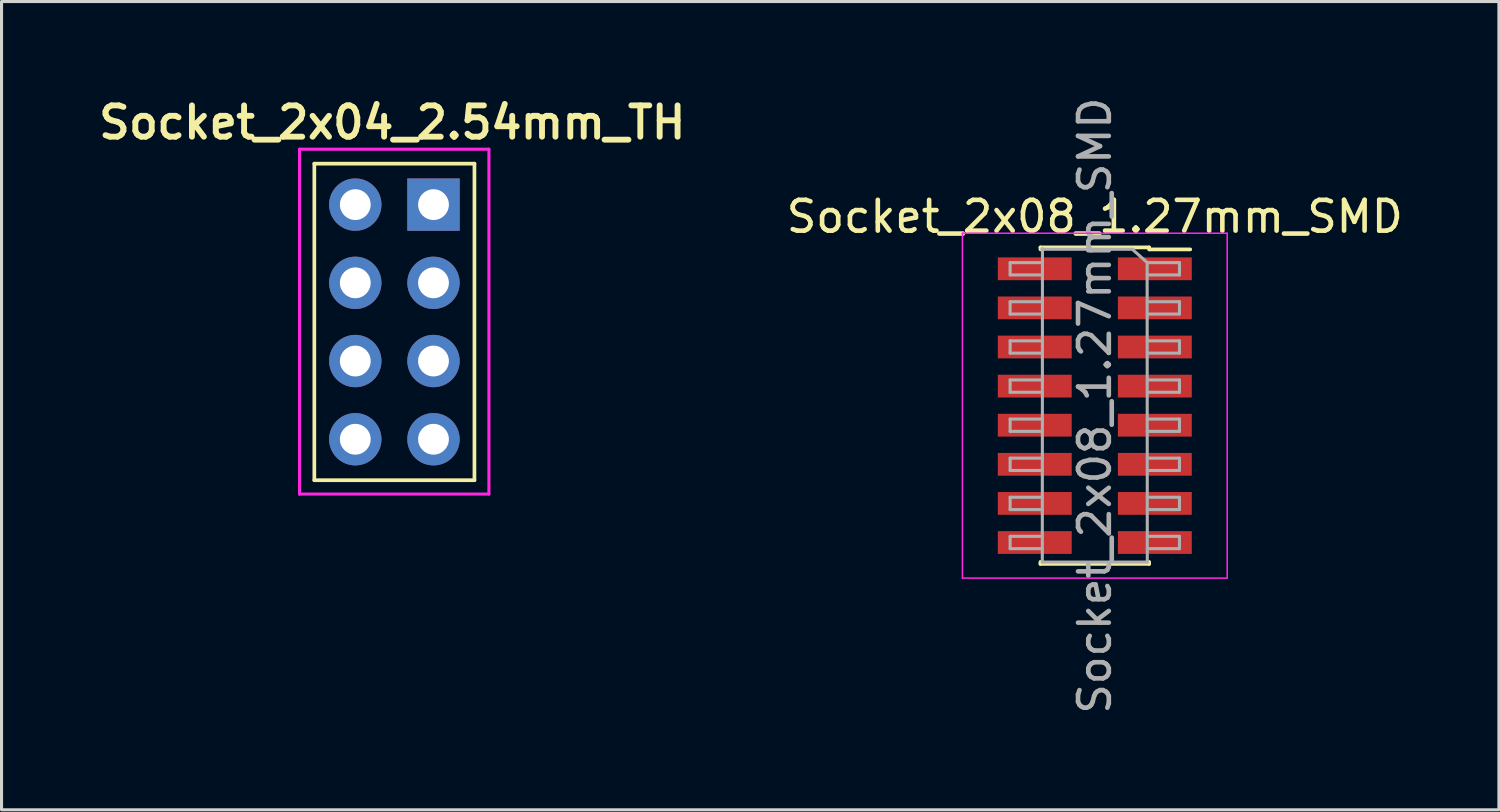
<source format=kicad_pcb>
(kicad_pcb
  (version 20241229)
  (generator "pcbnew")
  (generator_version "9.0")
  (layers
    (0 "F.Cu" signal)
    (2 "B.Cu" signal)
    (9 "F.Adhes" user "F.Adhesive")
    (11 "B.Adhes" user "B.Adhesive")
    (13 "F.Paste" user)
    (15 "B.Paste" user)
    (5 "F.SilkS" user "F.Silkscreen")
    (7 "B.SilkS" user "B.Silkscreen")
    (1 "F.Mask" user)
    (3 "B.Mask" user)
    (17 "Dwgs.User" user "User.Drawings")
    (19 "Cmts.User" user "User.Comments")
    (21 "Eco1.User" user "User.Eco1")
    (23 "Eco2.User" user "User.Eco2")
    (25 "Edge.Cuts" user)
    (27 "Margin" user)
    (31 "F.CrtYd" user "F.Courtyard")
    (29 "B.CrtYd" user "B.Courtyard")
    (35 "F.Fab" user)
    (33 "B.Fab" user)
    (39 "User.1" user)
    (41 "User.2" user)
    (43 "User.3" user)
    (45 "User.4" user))
  (footprint "Socket_2x04_2.54mm_TH"
    (layer "F.Cu")
    (at 9.759 7.406)
    (property "Reference" "Socket_2x04_2.54mm_TH" (at -0.068 -6.477 0) (layer "F.SilkS") (effects (font (size 1.016 1.016) (thickness 0.191))))
    (attr through_hole)
    (fp_line (start -2.6 -5.14) (end 2.6 -5.14) (stroke (width 0.12) (type solid)) (layer "F.SilkS"))
    (fp_line (start -2.6 5.14) (end -2.6 -5.14) (stroke (width 0.12) (type solid)) (layer "F.SilkS"))
    (fp_line (start 2.6 -5.14) (end 2.6 5.14) (stroke (width 0.12) (type solid)) (layer "F.SilkS"))
    (fp_line (start 2.6 5.14) (end -2.6 5.14) (stroke (width 0.12) (type solid)) (layer "F.SilkS"))
    (fp_line (start -3.08 -5.61) (end -3.08 5.59) (stroke (width 0.1) (type solid)) (layer "F.CrtYd"))
    (fp_line (start -3.08 5.59) (end 3.07 5.59) (stroke (width 0.1) (type solid)) (layer "F.CrtYd"))
    (fp_line (start 3.07 -5.61) (end -3.08 -5.61) (stroke (width 0.1) (type solid)) (layer "F.CrtYd"))
    (fp_line (start 3.07 5.59) (end 3.07 -5.61) (stroke (width 0.1) (type solid)) (layer "F.CrtYd"))
    (fp_text user "" (at 0 -6.14 0) (layer "F.Fab") (effects (font (size 1.016 1.016) (thickness 0.191))))
    (pad "1" thru_hole rect (at 1.27 -3.81) (size 1.7 1.7) (drill 1) (layers "*.Cu" "*.Mask"))
    (pad "2" thru_hole oval (at -1.27 -3.81) (size 1.7 1.7) (drill 1) (layers "*.Cu" "*.Mask"))
    (pad "3" thru_hole oval (at 1.27 -1.27) (size 1.7 1.7) (drill 1) (layers "*.Cu" "*.Mask"))
    (pad "4" thru_hole oval (at -1.27 -1.27) (size 1.7 1.7) (drill 1) (layers "*.Cu" "*.Mask"))
    (pad "5" thru_hole oval (at 1.27 1.27) (size 1.7 1.7) (drill 1) (layers "*.Cu" "*.Mask"))
    (pad "6" thru_hole oval (at -1.27 1.27) (size 1.7 1.7) (drill 1) (layers "*.Cu" "*.Mask"))
    (pad "7" thru_hole oval (at 1.27 3.81) (size 1.7 1.7) (drill 1) (layers "*.Cu" "*.Mask"))
    (pad "8" thru_hole oval (at -1.27 3.81) (size 1.7 1.7) (drill 1) (layers "*.Cu" "*.Mask")))
  (footprint "Socket_2x08_1.27mm_SMD"
    (layer "F.Cu")
    (at 32.507 10.125)
    (property "Reference" "Socket_2x08_1.27mm_SMD" (at 0 -6.14 0) (layer "F.SilkS") (effects (font (size 1 1) (thickness 0.15))))
    (attr smd)
    (fp_line (start -1.765 -5.14) (end -1.765 -5.075) (stroke (width 0.12) (type solid)) (layer "F.SilkS"))
    (fp_line (start -1.765 -5.14) (end 1.765 -5.14) (stroke (width 0.12) (type solid)) (layer "F.SilkS"))
    (fp_line (start -1.765 5.075) (end -1.765 5.14) (stroke (width 0.12) (type solid)) (layer "F.SilkS"))
    (fp_line (start -1.765 5.14) (end 1.765 5.14) (stroke (width 0.12) (type solid)) (layer "F.SilkS"))
    (fp_line (start 1.765 -5.14) (end 1.765 -5.075) (stroke (width 0.12) (type solid)) (layer "F.SilkS"))
    (fp_line (start 1.765 5.075) (end 1.765 5.14) (stroke (width 0.12) (type solid)) (layer "F.SilkS"))
    (fp_line (start 1.775 -5.075) (end 3.1 -5.075) (stroke (width 0.12) (type solid)) (layer "F.SilkS"))
    (fp_line (start -4.3 -5.6) (end -4.3 5.6) (stroke (width 0.05) (type solid)) (layer "F.CrtYd"))
    (fp_line (start -4.3 5.6) (end 4.3 5.6) (stroke (width 0.05) (type solid)) (layer "F.CrtYd"))
    (fp_line (start 4.3 -5.6) (end -4.3 -5.6) (stroke (width 0.05) (type solid)) (layer "F.CrtYd"))
    (fp_line (start 4.3 5.6) (end 4.3 -5.6) (stroke (width 0.05) (type solid)) (layer "F.CrtYd"))
    (fp_line (start -2.75 -4.645) (end -2.75 -4.245) (stroke (width 0.1) (type solid)) (layer "F.Fab"))
    (fp_line (start -2.75 -4.245) (end -1.705 -4.245) (stroke (width 0.1) (type solid)) (layer "F.Fab"))
    (fp_line (start -2.75 -3.375) (end -2.75 -2.975) (stroke (width 0.1) (type solid)) (layer "F.Fab"))
    (fp_line (start -2.75 -2.975) (end -1.705 -2.975) (stroke (width 0.1) (type solid)) (layer "F.Fab"))
    (fp_line (start -2.75 -2.105) (end -2.75 -1.705) (stroke (width 0.1) (type solid)) (layer "F.Fab"))
    (fp_line (start -2.75 -1.705) (end -1.705 -1.705) (stroke (width 0.1) (type solid)) (layer "F.Fab"))
    (fp_line (start -2.75 -0.835) (end -2.75 -0.435) (stroke (width 0.1) (type solid)) (layer "F.Fab"))
    (fp_line (start -2.75 -0.435) (end -1.705 -0.435) (stroke (width 0.1) (type solid)) (layer "F.Fab"))
    (fp_line (start -2.75 0.435) (end -2.75 0.835) (stroke (width 0.1) (type solid)) (layer "F.Fab"))
    (fp_line (start -2.75 0.835) (end -1.705 0.835) (stroke (width 0.1) (type solid)) (layer "F.Fab"))
    (fp_line (start -2.75 1.705) (end -2.75 2.105) (stroke (width 0.1) (type solid)) (layer "F.Fab"))
    (fp_line (start -2.75 2.105) (end -1.705 2.105) (stroke (width 0.1) (type solid)) (layer "F.Fab"))
    (fp_line (start -2.75 2.975) (end -2.75 3.375) (stroke (width 0.1) (type solid)) (layer "F.Fab"))
    (fp_line (start -2.75 3.375) (end -1.705 3.375) (stroke (width 0.1) (type solid)) (layer "F.Fab"))
    (fp_line (start -2.75 4.245) (end -2.75 4.645) (stroke (width 0.1) (type solid)) (layer "F.Fab"))
    (fp_line (start -2.75 4.645) (end -1.705 4.645) (stroke (width 0.1) (type solid)) (layer "F.Fab"))
    (fp_line (start -1.725 -5.08) (end 1.25 -5.08) (stroke (width 0.1) (type solid)) (layer "F.Fab"))
    (fp_line (start -1.705 -4.645) (end -2.75 -4.645) (stroke (width 0.1) (type solid)) (layer "F.Fab"))
    (fp_line (start -1.705 -3.375) (end -2.75 -3.375) (stroke (width 0.1) (type solid)) (layer "F.Fab"))
    (fp_line (start -1.705 -2.105) (end -2.75 -2.105) (stroke (width 0.1) (type solid)) (layer "F.Fab"))
    (fp_line (start -1.705 -0.835) (end -2.75 -0.835) (stroke (width 0.1) (type solid)) (layer "F.Fab"))
    (fp_line (start -1.705 0.435) (end -2.75 0.435) (stroke (width 0.1) (type solid)) (layer "F.Fab"))
    (fp_line (start -1.705 1.705) (end -2.75 1.705) (stroke (width 0.1) (type solid)) (layer "F.Fab"))
    (fp_line (start -1.705 2.975) (end -2.75 2.975) (stroke (width 0.1) (type solid)) (layer "F.Fab"))
    (fp_line (start -1.705 4.245) (end -2.75 4.245) (stroke (width 0.1) (type solid)) (layer "F.Fab"))
    (fp_line (start -1.705 5.08) (end -1.7 -5.1) (stroke (width 0.1) (type solid)) (layer "F.Fab"))
    (fp_line (start 1.7 -4.65) (end 1.705 5.08) (stroke (width 0.1) (type solid)) (layer "F.Fab"))
    (fp_line (start 1.705 -4.645) (end 1.25 -5.05) (stroke (width 0.1) (type solid)) (layer "F.Fab"))
    (fp_line (start 1.705 -4.645) (end 2.75 -4.645) (stroke (width 0.1) (type solid)) (layer "F.Fab"))
    (fp_line (start 1.705 -3.375) (end 2.75 -3.375) (stroke (width 0.1) (type solid)) (layer "F.Fab"))
    (fp_line (start 1.705 -2.105) (end 2.75 -2.105) (stroke (width 0.1) (type solid)) (layer "F.Fab"))
    (fp_line (start 1.705 -0.835) (end 2.75 -0.835) (stroke (width 0.1) (type solid)) (layer "F.Fab"))
    (fp_line (start 1.705 0.435) (end 2.75 0.435) (stroke (width 0.1) (type solid)) (layer "F.Fab"))
    (fp_line (start 1.705 1.705) (end 2.75 1.705) (stroke (width 0.1) (type solid)) (layer "F.Fab"))
    (fp_line (start 1.705 2.975) (end 2.75 2.975) (stroke (width 0.1) (type solid)) (layer "F.Fab"))
    (fp_line (start 1.705 4.245) (end 2.75 4.245) (stroke (width 0.1) (type solid)) (layer "F.Fab"))
    (fp_line (start 1.705 5.08) (end -1.705 5.08) (stroke (width 0.1) (type solid)) (layer "F.Fab"))
    (fp_line (start 2.75 -4.645) (end 2.75 -4.245) (stroke (width 0.1) (type solid)) (layer "F.Fab"))
    (fp_line (start 2.75 -4.245) (end 1.705 -4.245) (stroke (width 0.1) (type solid)) (layer "F.Fab"))
    (fp_line (start 2.75 -3.375) (end 2.75 -2.975) (stroke (width 0.1) (type solid)) (layer "F.Fab"))
    (fp_line (start 2.75 -2.975) (end 1.705 -2.975) (stroke (width 0.1) (type solid)) (layer "F.Fab"))
    (fp_line (start 2.75 -2.105) (end 2.75 -1.705) (stroke (width 0.1) (type solid)) (layer "F.Fab"))
    (fp_line (start 2.75 -1.705) (end 1.705 -1.705) (stroke (width 0.1) (type solid)) (layer "F.Fab"))
    (fp_line (start 2.75 -0.835) (end 2.75 -0.435) (stroke (width 0.1) (type solid)) (layer "F.Fab"))
    (fp_line (start 2.75 -0.435) (end 1.705 -0.435) (stroke (width 0.1) (type solid)) (layer "F.Fab"))
    (fp_line (start 2.75 0.435) (end 2.75 0.835) (stroke (width 0.1) (type solid)) (layer "F.Fab"))
    (fp_line (start 2.75 0.835) (end 1.705 0.835) (stroke (width 0.1) (type solid)) (layer "F.Fab"))
    (fp_line (start 2.75 1.705) (end 2.75 2.105) (stroke (width 0.1) (type solid)) (layer "F.Fab"))
    (fp_line (start 2.75 2.105) (end 1.705 2.105) (stroke (width 0.1) (type solid)) (layer "F.Fab"))
    (fp_line (start 2.75 2.975) (end 2.75 3.375) (stroke (width 0.1) (type solid)) (layer "F.Fab"))
    (fp_line (start 2.75 3.375) (end 1.705 3.375) (stroke (width 0.1) (type solid)) (layer "F.Fab"))
    (fp_line (start 2.75 4.245) (end 2.75 4.645) (stroke (width 0.1) (type solid)) (layer "F.Fab"))
    (fp_line (start 2.75 4.645) (end 1.705 4.645) (stroke (width 0.1) (type solid)) (layer "F.Fab"))
    (fp_text user "${REFERENCE}" (at 0 0 90) (layer "F.Fab") (effects (font (size 1 1) (thickness 0.15))))
    (pad "1" smd rect (at 1.95 -4.445) (size 2.4 0.74) (layers "F.Cu" "F.Mask" "F.Paste"))
    (pad "2" smd rect (at -1.95 -4.445) (size 2.4 0.74) (layers "F.Cu" "F.Mask" "F.Paste"))
    (pad "3" smd rect (at 1.95 -3.175) (size 2.4 0.74) (layers "F.Cu" "F.Mask" "F.Paste"))
    (pad "4" smd rect (at -1.95 -3.175) (size 2.4 0.74) (layers "F.Cu" "F.Mask" "F.Paste"))
    (pad "5" smd rect (at 1.95 -1.905) (size 2.4 0.74) (layers "F.Cu" "F.Mask" "F.Paste"))
    (pad "6" smd rect (at -1.95 -1.905) (size 2.4 0.74) (layers "F.Cu" "F.Mask" "F.Paste"))
    (pad "7" smd rect (at 1.95 -0.635) (size 2.4 0.74) (layers "F.Cu" "F.Mask" "F.Paste"))
    (pad "8" smd rect (at -1.95 -0.635) (size 2.4 0.74) (layers "F.Cu" "F.Mask" "F.Paste"))
    (pad "9" smd rect (at 1.95 0.635) (size 2.4 0.74) (layers "F.Cu" "F.Mask" "F.Paste"))
    (pad "10" smd rect (at -1.95 0.635) (size 2.4 0.74) (layers "F.Cu" "F.Mask" "F.Paste"))
    (pad "11" smd rect (at 1.95 1.905) (size 2.4 0.74) (layers "F.Cu" "F.Mask" "F.Paste"))
    (pad "12" smd rect (at -1.95 1.905) (size 2.4 0.74) (layers "F.Cu" "F.Mask" "F.Paste"))
    (pad "13" smd rect (at 1.95 3.175) (size 2.4 0.74) (layers "F.Cu" "F.Mask" "F.Paste"))
    (pad "14" smd rect (at -1.95 3.175) (size 2.4 0.74) (layers "F.Cu" "F.Mask" "F.Paste"))
    (pad "15" smd rect (at 1.95 4.445) (size 2.4 0.74) (layers "F.Cu" "F.Mask" "F.Paste"))
    (pad "16" smd rect (at -1.95 4.445) (size 2.4 0.74) (layers "F.Cu" "F.Mask" "F.Paste")))
  (gr_rect
    (start -3 -3)
    (end 45.632 23.25)
    (stroke (width 0.1) (type default))
    (fill no)
    (layer "Edge.Cuts")))
</source>
